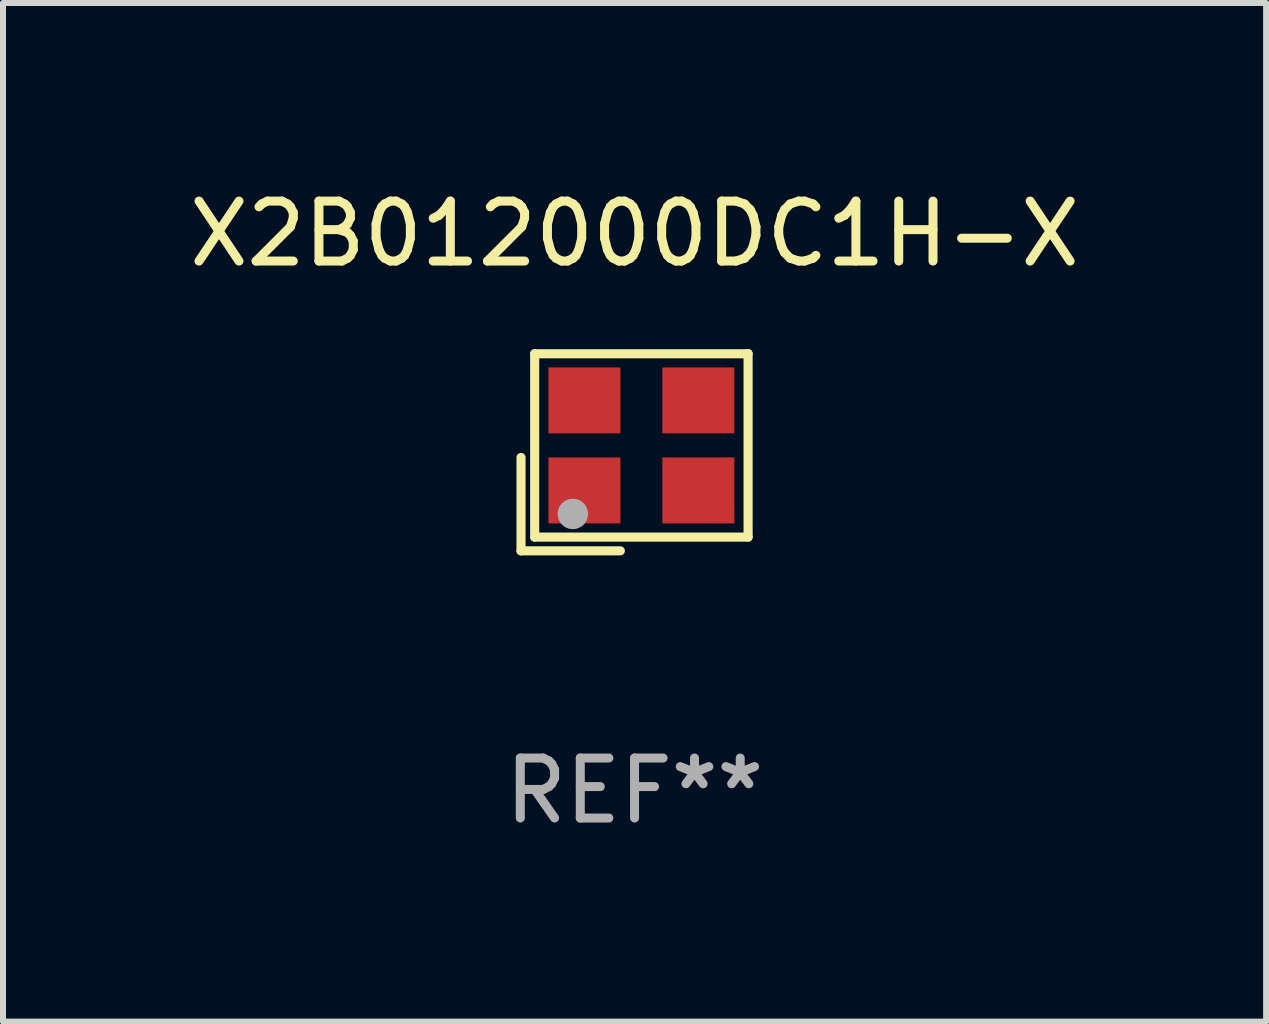
<source format=kicad_pcb>
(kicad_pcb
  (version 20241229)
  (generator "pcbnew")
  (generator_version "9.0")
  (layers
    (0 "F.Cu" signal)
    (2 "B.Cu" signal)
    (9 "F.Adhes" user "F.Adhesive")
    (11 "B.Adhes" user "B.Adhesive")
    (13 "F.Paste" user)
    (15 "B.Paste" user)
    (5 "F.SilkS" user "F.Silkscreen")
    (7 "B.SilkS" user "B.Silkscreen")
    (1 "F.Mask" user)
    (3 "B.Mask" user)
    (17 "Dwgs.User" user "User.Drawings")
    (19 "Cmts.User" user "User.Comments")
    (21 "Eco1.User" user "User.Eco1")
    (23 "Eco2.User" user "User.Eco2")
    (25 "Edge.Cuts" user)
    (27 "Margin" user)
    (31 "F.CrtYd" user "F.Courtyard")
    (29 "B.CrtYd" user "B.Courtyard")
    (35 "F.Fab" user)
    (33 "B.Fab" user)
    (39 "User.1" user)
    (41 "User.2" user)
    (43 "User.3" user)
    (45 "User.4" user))
  (footprint "X2B012000DC1H-X"
    (layer "F.Cu")
    (at 7.53 4.491)
    (property "Reference" "X2B012000DC1H-X" (at 0 -3.643 0) (layer "F.SilkS") (effects (font (size 1 1) (thickness 0.15))))
    (attr through_hole)
    (fp_line (start -1.893 0.086) (end -1.893 1.643) (stroke (width 0.152) (type solid)) (layer "F.SilkS"))
    (fp_line (start -1.893 1.643) (end -0.237 1.643) (stroke (width 0.152) (type solid)) (layer "F.SilkS"))
    (fp_line (start -1.665 -1.643) (end 1.893 -1.643) (stroke (width 0.152) (type solid)) (layer "F.SilkS"))
    (fp_line (start -1.665 1.414) (end -1.665 -1.643) (stroke (width 0.152) (type solid)) (layer "F.SilkS"))
    (fp_line (start 1.893 -1.643) (end 1.893 1.414) (stroke (width 0.152) (type solid)) (layer "F.SilkS"))
    (fp_line (start 1.893 1.414) (end -1.665 1.414) (stroke (width 0.152) (type solid)) (layer "F.SilkS"))
    (fp_circle (center -1.136 0.885) (end -1.106 0.885) (stroke (width 0.06) (type solid)) (fill no) (layer "F.SilkS"))
    (fp_circle (center -1.029 1.028) (end -0.902 1.028) (stroke (width 0.254) (type solid)) (fill no) (layer "F.Fab"))
    (fp_text user "REF**" (at 0 5.643 0) (layer "F.Fab") (effects (font (size 1 1) (thickness 0.15))))
    (pad "1" smd rect (at -0.836 0.636) (size 1.2 1.1) (layers "F.Cu" "F.Mask" "F.Paste"))
    (pad "2" smd rect (at 1.064 0.636) (size 1.2 1.1) (layers "F.Cu" "F.Mask" "F.Paste"))
    (pad "3" smd rect (at 1.064 -0.865) (size 1.2 1.1) (layers "F.Cu" "F.Mask" "F.Paste"))
    (pad "4" smd rect (at -0.836 -0.865) (size 1.2 1.1) (layers "F.Cu" "F.Mask" "F.Paste")))
  (gr_rect
    (start -3 -3)
    (end 18.06 13.983)
    (stroke (width 0.1) (type default))
    (fill no)
    (layer "Edge.Cuts")))
</source>
